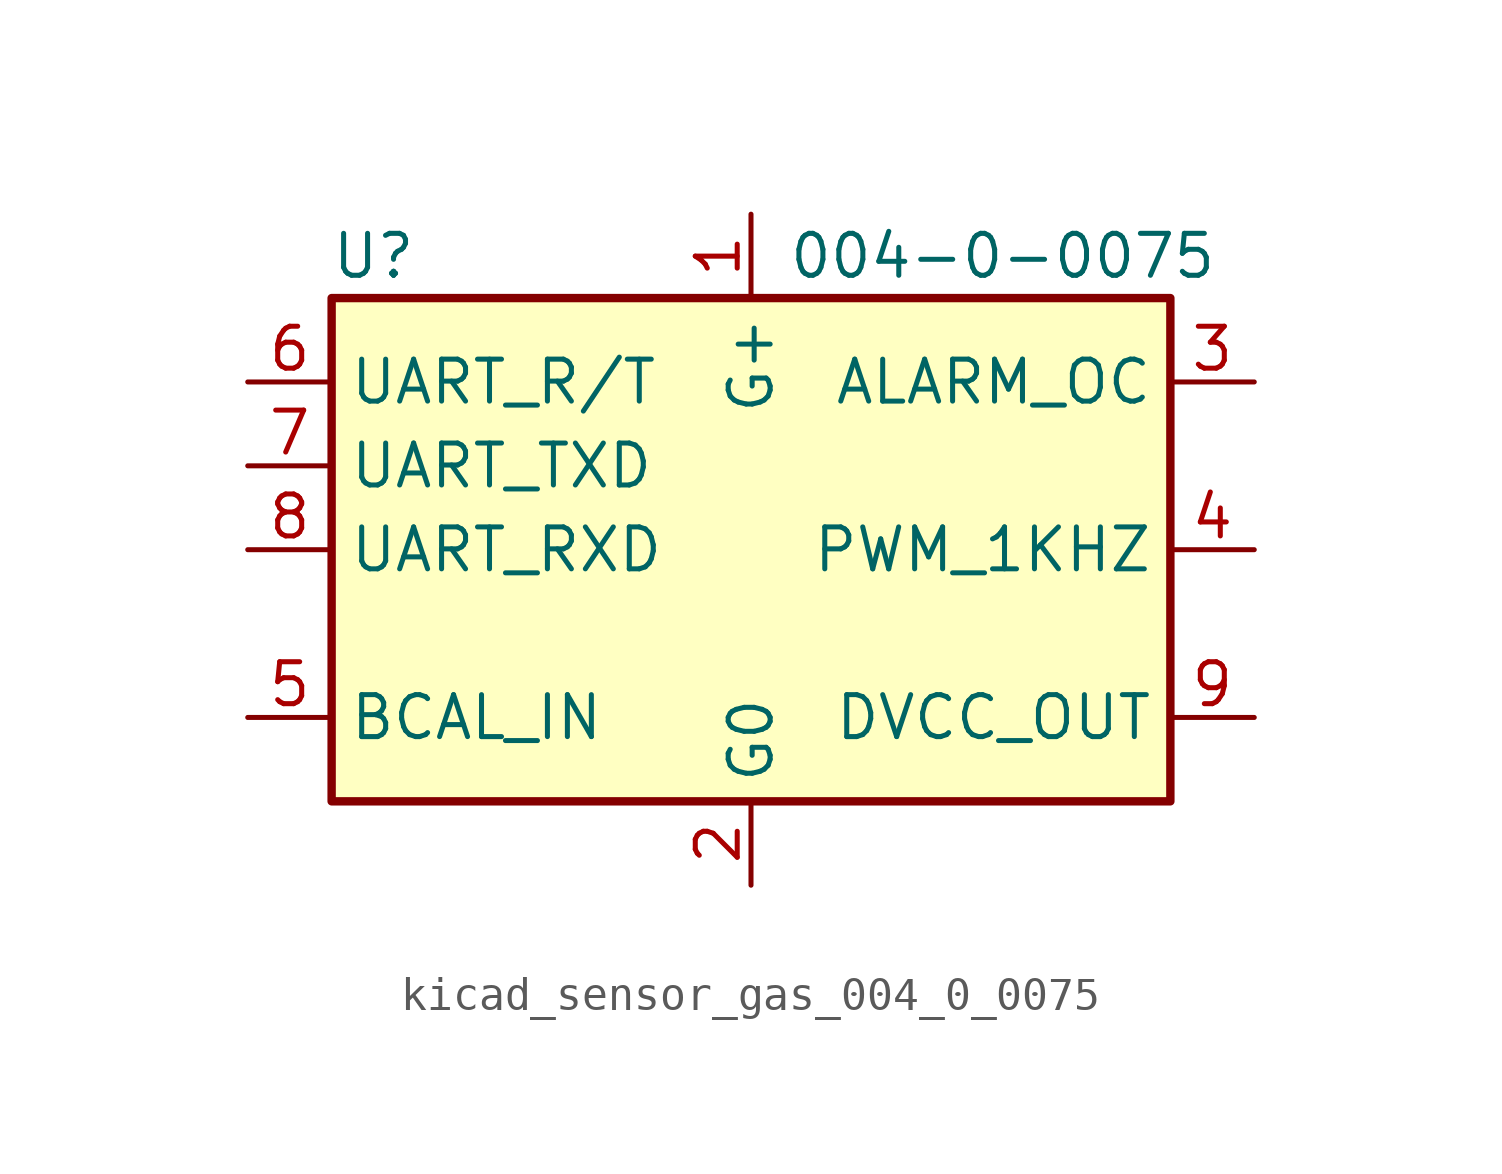
<source format=kicad_sym>
(kicad_symbol_lib
  (version 20220914)
  (generator kicad_symbol_editor)
  (symbol "kicad_sensor_gas_004_0_0075"
    (property "Reference" "U"
      (at -11.43 8.89 0)
      (effects (font (size 1.27 1.27))))
    (property "Value" "004-0-0075"
      (at 7.62 8.89 0)
      (effects (font (size 1.27 1.27))))
    (symbol "kicad_sensor_gas_004_0_0075_0_1"
      (rectangle (start -12.7 7.62) (end 12.7 -7.62) (stroke (width 0.254) (type default)) (fill (type background))))
    (symbol "kicad_sensor_gas_004_0_0075_1_1"
      (pin power_in line (at 0 10.16 270) (length 2.54) (name "G+" (effects (font (size 1.27 1.27)))) (number "1" (effects (font (size 1.27 1.27)))))
      (pin power_in line (at 0 -10.16 90) (length 2.54) (name "G0" (effects (font (size 1.27 1.27)))) (number "2" (effects (font (size 1.27 1.27)))))
      (pin open_collector line (at 15.24 5.08 180) (length 2.54) (name "ALARM_OC" (effects (font (size 1.27 1.27)))) (number "3" (effects (font (size 1.27 1.27)))))
      (pin output line (at 15.24 0 180) (length 2.54) (name "PWM_1KHZ" (effects (font (size 1.27 1.27)))) (number "4" (effects (font (size 1.27 1.27)))))
      (pin input line (at -15.24 -5.08 0) (length 2.54) (name "BCAL_IN" (effects (font (size 1.27 1.27)))) (number "5" (effects (font (size 1.27 1.27)))))
      (pin output line (at -15.24 5.08 0) (length 2.54) (name "UART_R/T" (effects (font (size 1.27 1.27)))) (number "6" (effects (font (size 1.27 1.27)))))
      (pin output line (at -15.24 2.54 0) (length 2.54) (name "UART_TXD" (effects (font (size 1.27 1.27)))) (number "7" (effects (font (size 1.27 1.27)))))
      (pin input line (at -15.24 0 0) (length 2.54) (name "UART_RXD" (effects (font (size 1.27 1.27)))) (number "8" (effects (font (size 1.27 1.27)))))
      (pin power_out line (at 15.24 -5.08 180) (length 2.54) (name "DVCC_OUT" (effects (font (size 1.27 1.27)))) (number "9" (effects (font (size 1.27 1.27))))))))
</source>
